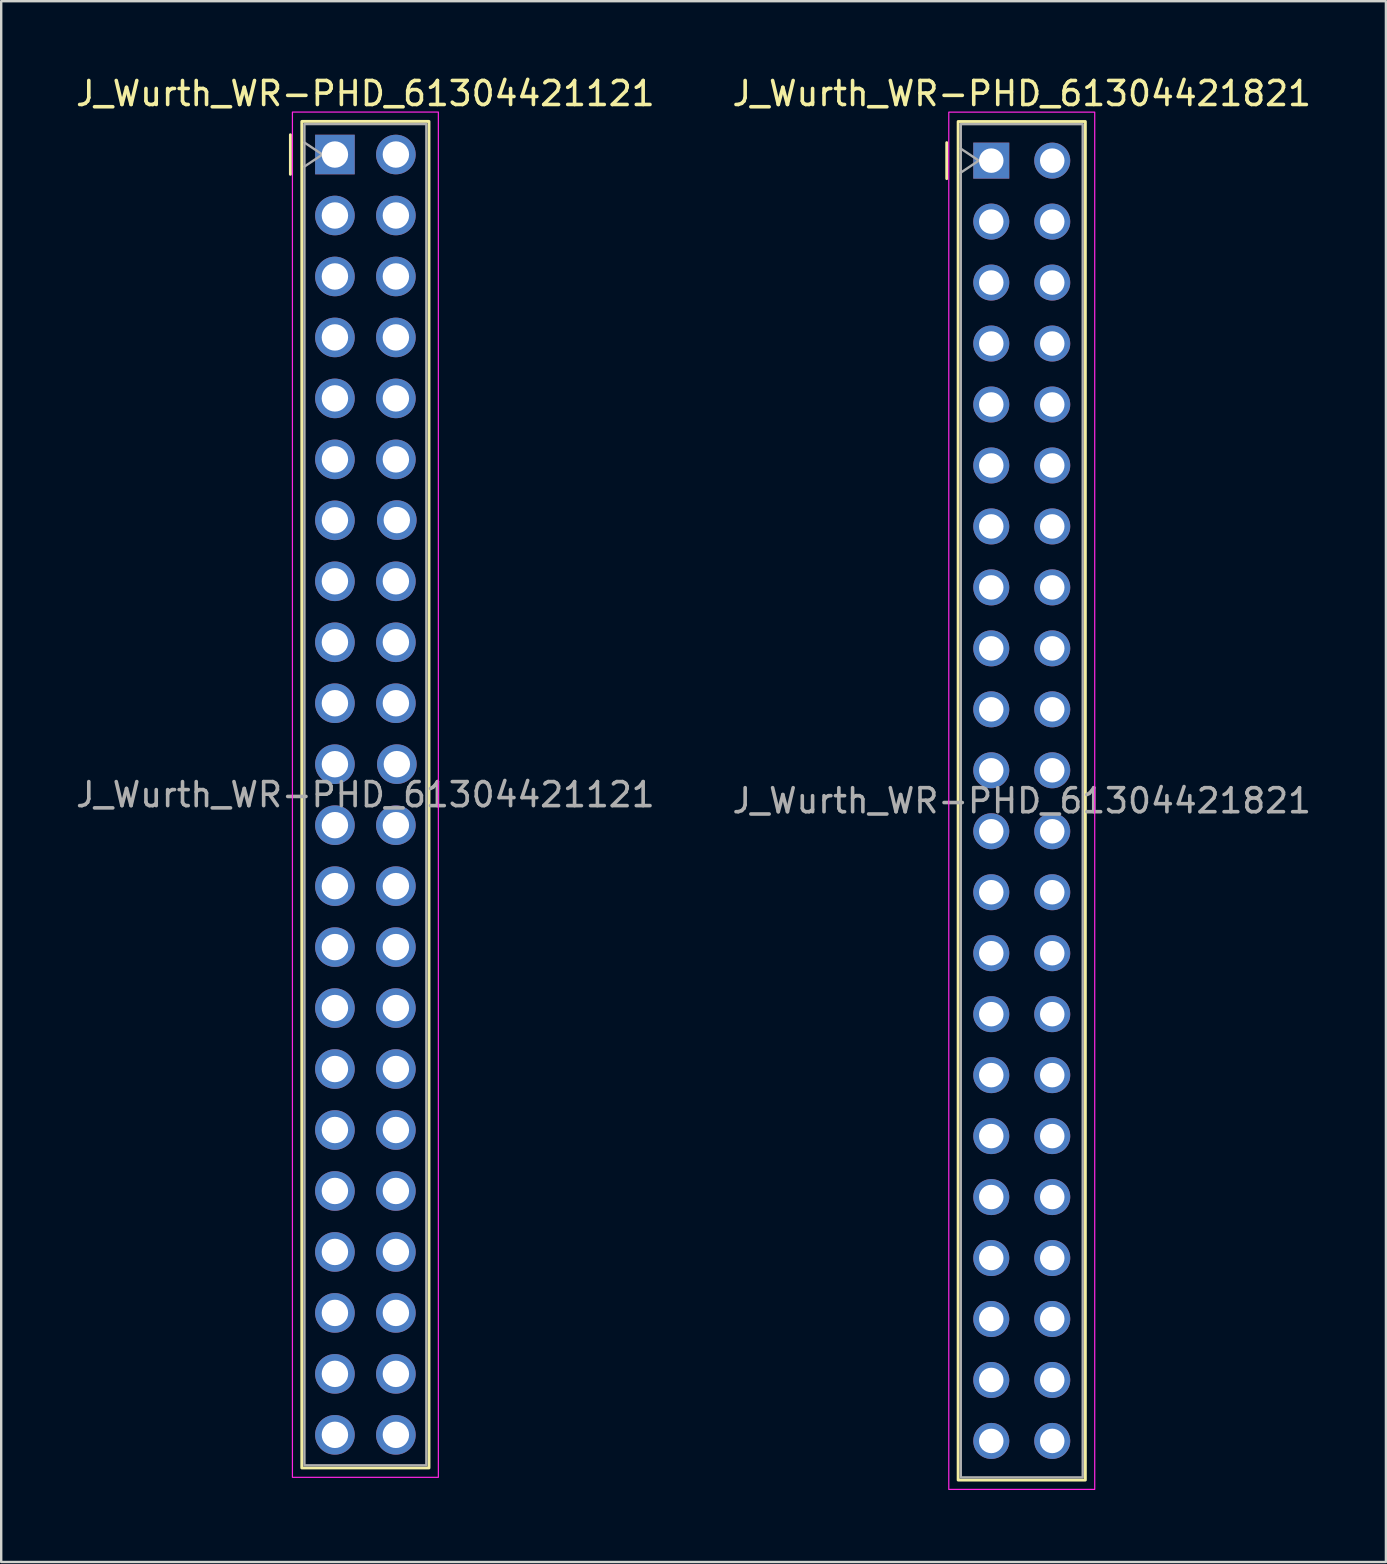
<source format=kicad_pcb>
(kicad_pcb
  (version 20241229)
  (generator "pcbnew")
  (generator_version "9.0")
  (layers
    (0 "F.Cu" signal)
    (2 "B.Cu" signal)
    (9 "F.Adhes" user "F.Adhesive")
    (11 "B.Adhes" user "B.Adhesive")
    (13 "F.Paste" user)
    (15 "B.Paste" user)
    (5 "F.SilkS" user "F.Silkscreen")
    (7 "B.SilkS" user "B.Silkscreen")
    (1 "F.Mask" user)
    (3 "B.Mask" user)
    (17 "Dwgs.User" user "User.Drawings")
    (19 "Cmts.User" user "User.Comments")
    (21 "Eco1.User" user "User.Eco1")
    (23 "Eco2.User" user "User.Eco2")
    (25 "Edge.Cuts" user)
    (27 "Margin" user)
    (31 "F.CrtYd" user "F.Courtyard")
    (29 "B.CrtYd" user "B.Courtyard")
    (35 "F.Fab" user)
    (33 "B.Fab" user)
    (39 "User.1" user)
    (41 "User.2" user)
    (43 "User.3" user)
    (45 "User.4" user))
  (footprint "J_Wurth_WR-PHD_61304421821"
    (layer "F.Cu")
    (at 38.248 3.642)
    (property "Reference" "J_Wurth_WR-PHD_61304421821" (at 1.27 -2.794 0) (unlocked yes) (layer "F.SilkS") (effects (font (size 1 1) (thickness 0.15))))
    (attr through_hole)
    (fp_line (start -1.855 -0.75) (end -1.855 0.75) (stroke (width 0.12) (type solid)) (layer "F.SilkS"))
    (fp_rect (start -1.38 -1.63) (end 3.92 54.97) (stroke (width 0.12) (type solid)) (fill no) (layer "F.SilkS"))
    (fp_rect (start -1.77 -2.02) (end 4.31 55.36) (stroke (width 0.05) (type solid)) (fill no) (layer "F.CrtYd"))
    (fp_line (start -1.27 -0.5) (end -0.52 0) (stroke (width 0.1) (type solid)) (layer "F.Fab"))
    (fp_line (start -0.52 0) (end -1.27 0.5) (stroke (width 0.1) (type solid)) (layer "F.Fab"))
    (fp_rect (start -1.27 -1.52) (end 3.81 54.86) (stroke (width 0.1) (type solid)) (fill no) (layer "F.Fab"))
    (fp_text user "${REFERENCE}" (at 1.27 26.67 0) (unlocked yes) (layer "F.Fab") (effects (font (size 1 1) (thickness 0.15))))
    (pad "1" thru_hole rect (at 0 0) (size 1.5 1.5) (drill 1.02) (layers "*.Cu" "*.Mask"))
    (pad "2" thru_hole circle (at 2.54 0) (size 1.5 1.5) (drill 1.02) (layers "*.Cu" "*.Mask"))
    (pad "3" thru_hole circle (at 0 2.54) (size 1.5 1.5) (drill 1.02) (layers "*.Cu" "*.Mask"))
    (pad "4" thru_hole circle (at 2.54 2.54) (size 1.5 1.5) (drill 1.02) (layers "*.Cu" "*.Mask"))
    (pad "5" thru_hole circle (at 0 5.08) (size 1.5 1.5) (drill 1.02) (layers "*.Cu" "*.Mask"))
    (pad "6" thru_hole circle (at 2.54 5.08) (size 1.5 1.5) (drill 1.02) (layers "*.Cu" "*.Mask"))
    (pad "7" thru_hole circle (at 0 7.62) (size 1.5 1.5) (drill 1.02) (layers "*.Cu" "*.Mask"))
    (pad "8" thru_hole circle (at 2.54 7.62) (size 1.5 1.5) (drill 1.02) (layers "*.Cu" "*.Mask"))
    (pad "9" thru_hole circle (at 0 10.16) (size 1.5 1.5) (drill 1.02) (layers "*.Cu" "*.Mask"))
    (pad "10" thru_hole circle (at 2.54 10.16) (size 1.5 1.5) (drill 1.02) (layers "*.Cu" "*.Mask"))
    (pad "11" thru_hole circle (at 0 12.7) (size 1.5 1.5) (drill 1.02) (layers "*.Cu" "*.Mask"))
    (pad "12" thru_hole circle (at 2.54 12.7) (size 1.5 1.5) (drill 1.02) (layers "*.Cu" "*.Mask"))
    (pad "13" thru_hole circle (at 0 15.24) (size 1.5 1.5) (drill 1.02) (layers "*.Cu" "*.Mask"))
    (pad "14" thru_hole circle (at 2.54 15.24) (size 1.5 1.5) (drill 1.02) (layers "*.Cu" "*.Mask"))
    (pad "15" thru_hole circle (at 0 17.78) (size 1.5 1.5) (drill 1.02) (layers "*.Cu" "*.Mask"))
    (pad "16" thru_hole circle (at 2.54 17.78) (size 1.5 1.5) (drill 1.02) (layers "*.Cu" "*.Mask"))
    (pad "17" thru_hole circle (at 0 20.32) (size 1.5 1.5) (drill 1.02) (layers "*.Cu" "*.Mask"))
    (pad "18" thru_hole circle (at 2.54 20.32) (size 1.5 1.5) (drill 1.02) (layers "*.Cu" "*.Mask"))
    (pad "19" thru_hole circle (at 0 22.86) (size 1.5 1.5) (drill 1.02) (layers "*.Cu" "*.Mask"))
    (pad "20" thru_hole circle (at 2.54 22.86) (size 1.5 1.5) (drill 1.02) (layers "*.Cu" "*.Mask"))
    (pad "21" thru_hole circle (at 0 25.4) (size 1.5 1.5) (drill 1.02) (layers "*.Cu" "*.Mask"))
    (pad "22" thru_hole circle (at 2.54 25.4) (size 1.5 1.5) (drill 1.02) (layers "*.Cu" "*.Mask"))
    (pad "23" thru_hole circle (at 0 27.94) (size 1.5 1.5) (drill 1.02) (layers "*.Cu" "*.Mask"))
    (pad "24" thru_hole circle (at 2.54 27.94) (size 1.5 1.5) (drill 1.02) (layers "*.Cu" "*.Mask"))
    (pad "25" thru_hole circle (at 0 30.48) (size 1.5 1.5) (drill 1.02) (layers "*.Cu" "*.Mask"))
    (pad "26" thru_hole circle (at 2.54 30.48) (size 1.5 1.5) (drill 1.02) (layers "*.Cu" "*.Mask"))
    (pad "27" thru_hole circle (at 0 33.02) (size 1.5 1.5) (drill 1.02) (layers "*.Cu" "*.Mask"))
    (pad "28" thru_hole circle (at 2.54 33.02) (size 1.5 1.5) (drill 1.02) (layers "*.Cu" "*.Mask"))
    (pad "29" thru_hole circle (at 0 35.56) (size 1.5 1.5) (drill 1.02) (layers "*.Cu" "*.Mask"))
    (pad "30" thru_hole circle (at 2.54 35.56) (size 1.5 1.5) (drill 1.02) (layers "*.Cu" "*.Mask"))
    (pad "31" thru_hole circle (at 0 38.1) (size 1.5 1.5) (drill 1.02) (layers "*.Cu" "*.Mask"))
    (pad "32" thru_hole circle (at 2.54 38.1) (size 1.5 1.5) (drill 1.02) (layers "*.Cu" "*.Mask"))
    (pad "33" thru_hole circle (at 0 40.64) (size 1.5 1.5) (drill 1.02) (layers "*.Cu" "*.Mask"))
    (pad "34" thru_hole circle (at 2.54 40.64) (size 1.5 1.5) (drill 1.02) (layers "*.Cu" "*.Mask"))
    (pad "35" thru_hole circle (at 0 43.18) (size 1.5 1.5) (drill 1.02) (layers "*.Cu" "*.Mask"))
    (pad "36" thru_hole circle (at 2.54 43.18) (size 1.5 1.5) (drill 1.02) (layers "*.Cu" "*.Mask"))
    (pad "37" thru_hole circle (at 0 45.72) (size 1.5 1.5) (drill 1.02) (layers "*.Cu" "*.Mask"))
    (pad "38" thru_hole circle (at 2.54 45.72) (size 1.5 1.5) (drill 1.02) (layers "*.Cu" "*.Mask"))
    (pad "39" thru_hole circle (at 0 48.26) (size 1.5 1.5) (drill 1.02) (layers "*.Cu" "*.Mask"))
    (pad "40" thru_hole circle (at 2.54 48.26) (size 1.5 1.5) (drill 1.02) (layers "*.Cu" "*.Mask"))
    (pad "41" thru_hole circle (at 0 50.8) (size 1.5 1.5) (drill 1.02) (layers "*.Cu" "*.Mask"))
    (pad "42" thru_hole circle (at 2.54 50.8) (size 1.5 1.5) (drill 1.02) (layers "*.Cu" "*.Mask"))
    (pad "43" thru_hole circle (at 0 53.34) (size 1.5 1.5) (drill 1.02) (layers "*.Cu" "*.Mask"))
    (pad "44" thru_hole circle (at 2.54 53.34) (size 1.5 1.5) (drill 1.02) (layers "*.Cu" "*.Mask")))
  (footprint "J_Wurth_WR-PHD_61304421121"
    (layer "F.Cu")
    (at 10.903 3.388)
    (property "Reference" "J_Wurth_WR-PHD_61304421121" (at 1.27 -2.54 0) (unlocked yes) (layer "F.SilkS") (effects (font (size 1 1) (thickness 0.15))))
    (attr through_hole)
    (fp_line (start -1.855 -0.825) (end -1.855 0.825) (stroke (width 0.12) (type solid)) (layer "F.SilkS"))
    (fp_rect (start -1.38 -1.38) (end 3.92 54.72) (stroke (width 0.12) (type solid)) (fill no) (layer "F.SilkS"))
    (fp_rect (start -1.77 -1.77) (end 4.31 55.11) (stroke (width 0.05) (type solid)) (fill no) (layer "F.CrtYd"))
    (fp_line (start -1.27 -0.5) (end -0.52 0) (stroke (width 0.1) (type solid)) (layer "F.Fab"))
    (fp_line (start -0.52 0) (end -1.27 0.5) (stroke (width 0.1) (type solid)) (layer "F.Fab"))
    (fp_rect (start -1.27 -1.27) (end 3.81 54.61) (stroke (width 0.1) (type solid)) (fill no) (layer "F.Fab"))
    (fp_text user "${REFERENCE}" (at 1.27 26.67 0) (unlocked yes) (layer "F.Fab") (effects (font (size 1 1) (thickness 0.15))))
    (pad "1" thru_hole rect (at 0 0 270) (size 1.65 1.65) (drill 1.1) (layers "*.Cu" "*.Mask"))
    (pad "2" thru_hole circle (at 2.54 0 270) (size 1.65 1.65) (drill 1.1) (layers "*.Cu" "*.Mask"))
    (pad "3" thru_hole circle (at 0 2.54 270) (size 1.65 1.65) (drill 1.1) (layers "*.Cu" "*.Mask"))
    (pad "4" thru_hole circle (at 2.54 2.54 270) (size 1.65 1.65) (drill 1.1) (layers "*.Cu" "*.Mask"))
    (pad "5" thru_hole circle (at 0 5.08 270) (size 1.65 1.65) (drill 1.1) (layers "*.Cu" "*.Mask"))
    (pad "6" thru_hole circle (at 2.54 5.08 270) (size 1.65 1.65) (drill 1.1) (layers "*.Cu" "*.Mask"))
    (pad "7" thru_hole circle (at 0 7.62 270) (size 1.65 1.65) (drill 1.1) (layers "*.Cu" "*.Mask"))
    (pad "8" thru_hole circle (at 2.54 7.62 270) (size 1.65 1.65) (drill 1.1) (layers "*.Cu" "*.Mask"))
    (pad "9" thru_hole circle (at 0 10.16 270) (size 1.65 1.65) (drill 1.1) (layers "*.Cu" "*.Mask"))
    (pad "10" thru_hole circle (at 2.54 10.16 270) (size 1.65 1.65) (drill 1.1) (layers "*.Cu" "*.Mask"))
    (pad "11" thru_hole circle (at 0 12.7 270) (size 1.65 1.65) (drill 1.1) (layers "*.Cu" "*.Mask"))
    (pad "12" thru_hole circle (at 2.54 12.7 270) (size 1.65 1.65) (drill 1.1) (layers "*.Cu" "*.Mask"))
    (pad "13" thru_hole circle (at 0 15.24 270) (size 1.65 1.65) (drill 1.1) (layers "*.Cu" "*.Mask"))
    (pad "14" thru_hole circle (at 2.579 15.23 270) (size 1.65 1.65) (drill 1.1) (layers "*.Cu" "*.Mask"))
    (pad "15" thru_hole circle (at 0 17.78 270) (size 1.65 1.65) (drill 1.1) (layers "*.Cu" "*.Mask"))
    (pad "16" thru_hole circle (at 2.54 17.78 270) (size 1.65 1.65) (drill 1.1) (layers "*.Cu" "*.Mask"))
    (pad "17" thru_hole circle (at 0 20.32 270) (size 1.65 1.65) (drill 1.1) (layers "*.Cu" "*.Mask"))
    (pad "18" thru_hole circle (at 2.54 20.32 270) (size 1.65 1.65) (drill 1.1) (layers "*.Cu" "*.Mask"))
    (pad "19" thru_hole circle (at 0 22.86 270) (size 1.65 1.65) (drill 1.1) (layers "*.Cu" "*.Mask"))
    (pad "20" thru_hole circle (at 2.54 22.86 270) (size 1.65 1.65) (drill 1.1) (layers "*.Cu" "*.Mask"))
    (pad "21" thru_hole circle (at 0 25.4 270) (size 1.65 1.65) (drill 1.1) (layers "*.Cu" "*.Mask"))
    (pad "22" thru_hole circle (at 2.581 25.398 270) (size 1.65 1.65) (drill 1.1) (layers "*.Cu" "*.Mask"))
    (pad "23" thru_hole circle (at 0 27.94 270) (size 1.65 1.65) (drill 1.1) (layers "*.Cu" "*.Mask"))
    (pad "24" thru_hole circle (at 2.54 27.94 270) (size 1.65 1.65) (drill 1.1) (layers "*.Cu" "*.Mask"))
    (pad "25" thru_hole circle (at 0 30.48 270) (size 1.65 1.65) (drill 1.1) (layers "*.Cu" "*.Mask"))
    (pad "26" thru_hole circle (at 2.54 30.48 270) (size 1.65 1.65) (drill 1.1) (layers "*.Cu" "*.Mask"))
    (pad "27" thru_hole circle (at 0 33.02 270) (size 1.65 1.65) (drill 1.1) (layers "*.Cu" "*.Mask"))
    (pad "28" thru_hole circle (at 2.54 33.02 270) (size 1.65 1.65) (drill 1.1) (layers "*.Cu" "*.Mask"))
    (pad "29" thru_hole circle (at 0 35.56 270) (size 1.65 1.65) (drill 1.1) (layers "*.Cu" "*.Mask"))
    (pad "30" thru_hole circle (at 2.54 35.56 270) (size 1.65 1.65) (drill 1.1) (layers "*.Cu" "*.Mask"))
    (pad "31" thru_hole circle (at 0 38.1 270) (size 1.65 1.65) (drill 1.1) (layers "*.Cu" "*.Mask"))
    (pad "32" thru_hole circle (at 2.54 38.1 270) (size 1.65 1.65) (drill 1.1) (layers "*.Cu" "*.Mask"))
    (pad "33" thru_hole circle (at 0 40.64 270) (size 1.65 1.65) (drill 1.1) (layers "*.Cu" "*.Mask"))
    (pad "34" thru_hole circle (at 2.54 40.64 270) (size 1.65 1.65) (drill 1.1) (layers "*.Cu" "*.Mask"))
    (pad "35" thru_hole circle (at 0 43.18 270) (size 1.65 1.65) (drill 1.1) (layers "*.Cu" "*.Mask"))
    (pad "36" thru_hole circle (at 2.54 43.18 270) (size 1.65 1.65) (drill 1.1) (layers "*.Cu" "*.Mask"))
    (pad "37" thru_hole circle (at 0 45.72 270) (size 1.65 1.65) (drill 1.1) (layers "*.Cu" "*.Mask"))
    (pad "38" thru_hole circle (at 2.54 45.72 270) (size 1.65 1.65) (drill 1.1) (layers "*.Cu" "*.Mask"))
    (pad "39" thru_hole circle (at 0 48.26 270) (size 1.65 1.65) (drill 1.1) (layers "*.Cu" "*.Mask"))
    (pad "40" thru_hole circle (at 2.54 48.26 270) (size 1.65 1.65) (drill 1.1) (layers "*.Cu" "*.Mask"))
    (pad "41" thru_hole circle (at 0 50.8 270) (size 1.65 1.65) (drill 1.1) (layers "*.Cu" "*.Mask"))
    (pad "42" thru_hole circle (at 2.54 50.8 270) (size 1.65 1.65) (drill 1.1) (layers "*.Cu" "*.Mask"))
    (pad "43" thru_hole circle (at 0 53.34 270) (size 1.65 1.65) (drill 1.1) (layers "*.Cu" "*.Mask"))
    (pad "44" thru_hole circle (at 2.54 53.34 270) (size 1.65 1.65) (drill 1.1) (layers "*.Cu" "*.Mask")))
  (gr_rect
    (start -3 -3)
    (end 54.69 62.027)
    (stroke (width 0.1) (type default))
    (fill no)
    (layer "Edge.Cuts")))
</source>
